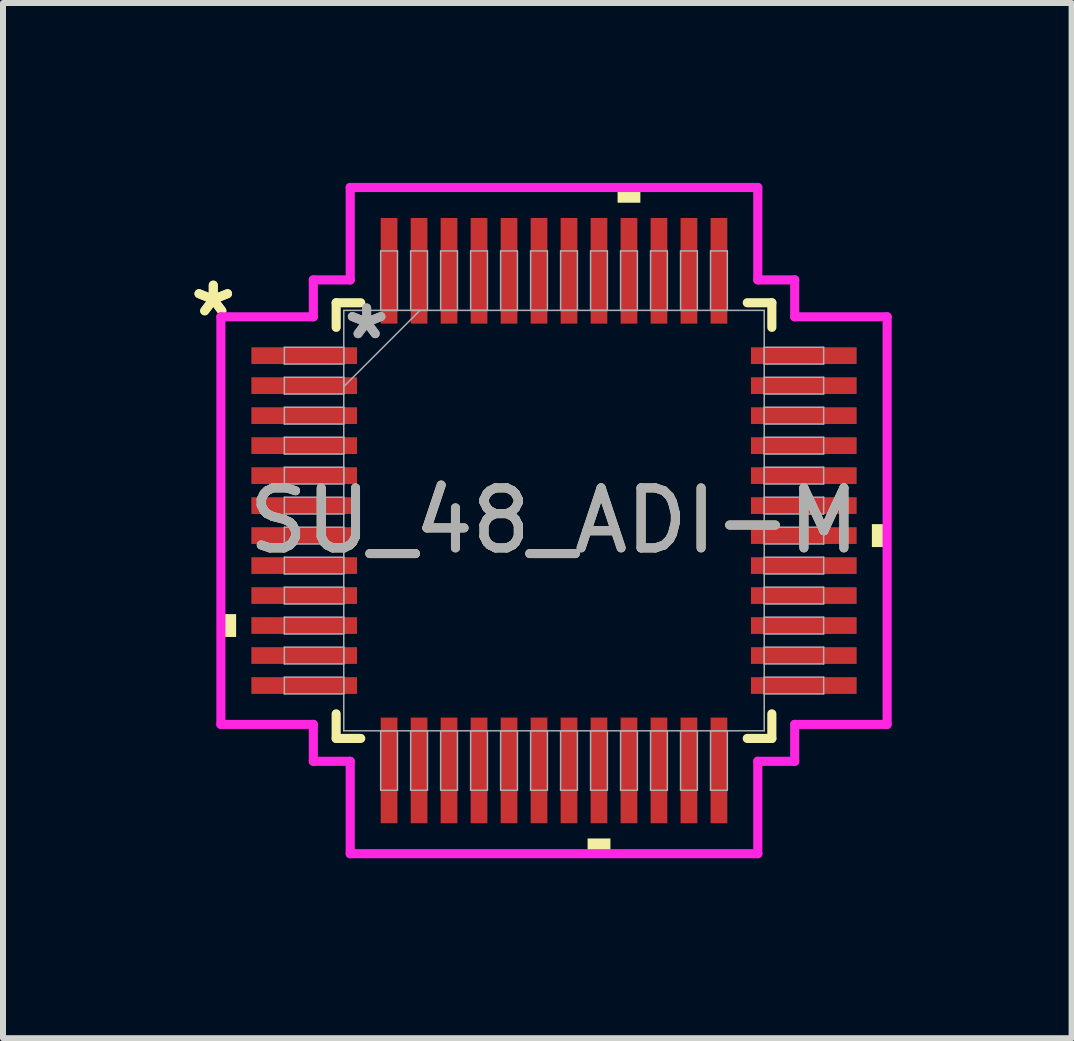
<source format=kicad_pcb>
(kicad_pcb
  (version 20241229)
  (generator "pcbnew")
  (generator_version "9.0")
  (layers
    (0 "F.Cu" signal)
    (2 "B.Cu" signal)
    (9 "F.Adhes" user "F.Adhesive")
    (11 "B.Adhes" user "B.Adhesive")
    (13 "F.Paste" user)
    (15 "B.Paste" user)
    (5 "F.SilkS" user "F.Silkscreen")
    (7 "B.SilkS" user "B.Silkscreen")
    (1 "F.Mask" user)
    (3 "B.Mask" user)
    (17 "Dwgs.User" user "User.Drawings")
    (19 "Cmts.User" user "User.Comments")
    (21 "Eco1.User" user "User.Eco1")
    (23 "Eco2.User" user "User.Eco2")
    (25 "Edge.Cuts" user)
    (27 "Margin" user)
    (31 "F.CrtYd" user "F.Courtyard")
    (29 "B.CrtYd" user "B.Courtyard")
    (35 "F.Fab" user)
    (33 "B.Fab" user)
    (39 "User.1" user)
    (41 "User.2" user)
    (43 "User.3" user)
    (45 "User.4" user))
  (footprint "SU_48_ADI-M"
    (layer "F.Cu")
    (at 6.187 5.63)
    (property "Reference" "SU_48_ADI-M" (at 0 0 0) (unlocked yes) (layer "F.SilkS") (effects (font (size 1 1) (thickness 0.15))))
    (attr smd)
    (fp_line (start -3.632 -3.632) (end -3.632 -3.222) (stroke (width 0.152) (type solid)) (layer "F.SilkS"))
    (fp_line (start -3.632 3.222) (end -3.632 3.632) (stroke (width 0.152) (type solid)) (layer "F.SilkS"))
    (fp_line (start -3.632 3.632) (end -3.222 3.632) (stroke (width 0.152) (type solid)) (layer "F.SilkS"))
    (fp_line (start -3.222 -3.632) (end -3.632 -3.632) (stroke (width 0.152) (type solid)) (layer "F.SilkS"))
    (fp_line (start 3.222 3.632) (end 3.632 3.632) (stroke (width 0.152) (type solid)) (layer "F.SilkS"))
    (fp_line (start 3.632 -3.632) (end 3.222 -3.632) (stroke (width 0.152) (type solid)) (layer "F.SilkS"))
    (fp_line (start 3.632 -3.222) (end 3.632 -3.632) (stroke (width 0.152) (type solid)) (layer "F.SilkS"))
    (fp_line (start 3.632 3.632) (end 3.632 3.222) (stroke (width 0.152) (type solid)) (layer "F.SilkS"))
    (fp_poly (pts (xy -5.554 1.559) (xy -5.554 1.94) (xy -5.3 1.94) (xy -5.3 1.559)) (stroke (width 0) (type solid)) (fill yes) (layer "F.SilkS"))
    (fp_poly (pts (xy 0.56 5.3) (xy 0.56 5.554) (xy 0.941 5.554) (xy 0.941 5.3)) (stroke (width 0) (type solid)) (fill yes) (layer "F.SilkS"))
    (fp_poly (pts (xy 1.06 -5.3) (xy 1.06 -5.554) (xy 1.44 -5.554) (xy 1.44 -5.3)) (stroke (width 0) (type solid)) (fill yes) (layer "F.SilkS"))
    (fp_poly (pts (xy 5.554 0.059) (xy 5.554 0.441) (xy 5.3 0.441) (xy 5.3 0.059)) (stroke (width 0) (type solid)) (fill yes) (layer "F.SilkS"))
    (fp_line (start -5.554 -3.398) (end -4.013 -3.398) (stroke (width 0.152) (type solid)) (layer "F.CrtYd"))
    (fp_line (start -5.554 3.398) (end -5.554 -3.398) (stroke (width 0.152) (type solid)) (layer "F.CrtYd"))
    (fp_line (start -4.013 -4.013) (end -3.398 -4.013) (stroke (width 0.152) (type solid)) (layer "F.CrtYd"))
    (fp_line (start -4.013 -3.398) (end -4.013 -4.013) (stroke (width 0.152) (type solid)) (layer "F.CrtYd"))
    (fp_line (start -4.013 3.398) (end -5.554 3.398) (stroke (width 0.152) (type solid)) (layer "F.CrtYd"))
    (fp_line (start -4.013 4.013) (end -4.013 3.398) (stroke (width 0.152) (type solid)) (layer "F.CrtYd"))
    (fp_line (start -4.013 4.013) (end -3.398 4.013) (stroke (width 0.152) (type solid)) (layer "F.CrtYd"))
    (fp_line (start -3.398 -5.554) (end 3.398 -5.554) (stroke (width 0.152) (type solid)) (layer "F.CrtYd"))
    (fp_line (start -3.398 -4.013) (end -3.398 -5.554) (stroke (width 0.152) (type solid)) (layer "F.CrtYd"))
    (fp_line (start -3.398 4.013) (end -3.398 5.554) (stroke (width 0.152) (type solid)) (layer "F.CrtYd"))
    (fp_line (start -3.398 5.554) (end 3.398 5.554) (stroke (width 0.152) (type solid)) (layer "F.CrtYd"))
    (fp_line (start 3.398 -5.554) (end 3.398 -4.013) (stroke (width 0.152) (type solid)) (layer "F.CrtYd"))
    (fp_line (start 3.398 -4.013) (end 4.013 -4.013) (stroke (width 0.152) (type solid)) (layer "F.CrtYd"))
    (fp_line (start 3.398 4.013) (end 4.013 4.013) (stroke (width 0.152) (type solid)) (layer "F.CrtYd"))
    (fp_line (start 3.398 5.554) (end 3.398 4.013) (stroke (width 0.152) (type solid)) (layer "F.CrtYd"))
    (fp_line (start 4.013 -3.398) (end 4.013 -4.013) (stroke (width 0.152) (type solid)) (layer "F.CrtYd"))
    (fp_line (start 4.013 3.398) (end 5.554 3.398) (stroke (width 0.152) (type solid)) (layer "F.CrtYd"))
    (fp_line (start 4.013 4.013) (end 4.013 3.398) (stroke (width 0.152) (type solid)) (layer "F.CrtYd"))
    (fp_line (start 5.554 -3.398) (end 4.013 -3.398) (stroke (width 0.152) (type solid)) (layer "F.CrtYd"))
    (fp_line (start 5.554 3.398) (end 5.554 -3.398) (stroke (width 0.152) (type solid)) (layer "F.CrtYd"))
    (fp_line (start -4.496 -2.89) (end -4.496 -2.61) (stroke (width 0.025) (type solid)) (layer "F.Fab"))
    (fp_line (start -4.496 -2.61) (end -3.505 -2.61) (stroke (width 0.025) (type solid)) (layer "F.Fab"))
    (fp_line (start -4.496 -2.39) (end -4.496 -2.11) (stroke (width 0.025) (type solid)) (layer "F.Fab"))
    (fp_line (start -4.496 -2.11) (end -3.505 -2.11) (stroke (width 0.025) (type solid)) (layer "F.Fab"))
    (fp_line (start -4.496 -1.89) (end -4.496 -1.61) (stroke (width 0.025) (type solid)) (layer "F.Fab"))
    (fp_line (start -4.496 -1.61) (end -3.505 -1.61) (stroke (width 0.025) (type solid)) (layer "F.Fab"))
    (fp_line (start -4.496 -1.39) (end -4.496 -1.11) (stroke (width 0.025) (type solid)) (layer "F.Fab"))
    (fp_line (start -4.496 -1.11) (end -3.505 -1.11) (stroke (width 0.025) (type solid)) (layer "F.Fab"))
    (fp_line (start -4.496 -0.89) (end -4.496 -0.61) (stroke (width 0.025) (type solid)) (layer "F.Fab"))
    (fp_line (start -4.496 -0.61) (end -3.505 -0.61) (stroke (width 0.025) (type solid)) (layer "F.Fab"))
    (fp_line (start -4.496 -0.39) (end -4.496 -0.11) (stroke (width 0.025) (type solid)) (layer "F.Fab"))
    (fp_line (start -4.496 -0.11) (end -3.505 -0.11) (stroke (width 0.025) (type solid)) (layer "F.Fab"))
    (fp_line (start -4.496 0.11) (end -4.496 0.39) (stroke (width 0.025) (type solid)) (layer "F.Fab"))
    (fp_line (start -4.496 0.39) (end -3.505 0.39) (stroke (width 0.025) (type solid)) (layer "F.Fab"))
    (fp_line (start -4.496 0.61) (end -4.496 0.89) (stroke (width 0.025) (type solid)) (layer "F.Fab"))
    (fp_line (start -4.496 0.89) (end -3.505 0.89) (stroke (width 0.025) (type solid)) (layer "F.Fab"))
    (fp_line (start -4.496 1.11) (end -4.496 1.39) (stroke (width 0.025) (type solid)) (layer "F.Fab"))
    (fp_line (start -4.496 1.39) (end -3.505 1.39) (stroke (width 0.025) (type solid)) (layer "F.Fab"))
    (fp_line (start -4.496 1.61) (end -4.496 1.89) (stroke (width 0.025) (type solid)) (layer "F.Fab"))
    (fp_line (start -4.496 1.89) (end -3.505 1.89) (stroke (width 0.025) (type solid)) (layer "F.Fab"))
    (fp_line (start -4.496 2.11) (end -4.496 2.39) (stroke (width 0.025) (type solid)) (layer "F.Fab"))
    (fp_line (start -4.496 2.39) (end -3.505 2.39) (stroke (width 0.025) (type solid)) (layer "F.Fab"))
    (fp_line (start -4.496 2.61) (end -4.496 2.89) (stroke (width 0.025) (type solid)) (layer "F.Fab"))
    (fp_line (start -4.496 2.89) (end -3.505 2.89) (stroke (width 0.025) (type solid)) (layer "F.Fab"))
    (fp_line (start -3.505 -3.505) (end -3.505 3.505) (stroke (width 0.025) (type solid)) (layer "F.Fab"))
    (fp_line (start -3.505 -2.89) (end -4.496 -2.89) (stroke (width 0.025) (type solid)) (layer "F.Fab"))
    (fp_line (start -3.505 -2.61) (end -3.505 -2.89) (stroke (width 0.025) (type solid)) (layer "F.Fab"))
    (fp_line (start -3.505 -2.39) (end -4.496 -2.39) (stroke (width 0.025) (type solid)) (layer "F.Fab"))
    (fp_line (start -3.505 -2.235) (end -2.235 -3.505) (stroke (width 0.025) (type solid)) (layer "F.Fab"))
    (fp_line (start -3.505 -2.11) (end -3.505 -2.39) (stroke (width 0.025) (type solid)) (layer "F.Fab"))
    (fp_line (start -3.505 -1.89) (end -4.496 -1.89) (stroke (width 0.025) (type solid)) (layer "F.Fab"))
    (fp_line (start -3.505 -1.61) (end -3.505 -1.89) (stroke (width 0.025) (type solid)) (layer "F.Fab"))
    (fp_line (start -3.505 -1.39) (end -4.496 -1.39) (stroke (width 0.025) (type solid)) (layer "F.Fab"))
    (fp_line (start -3.505 -1.11) (end -3.505 -1.39) (stroke (width 0.025) (type solid)) (layer "F.Fab"))
    (fp_line (start -3.505 -0.89) (end -4.496 -0.89) (stroke (width 0.025) (type solid)) (layer "F.Fab"))
    (fp_line (start -3.505 -0.61) (end -3.505 -0.89) (stroke (width 0.025) (type solid)) (layer "F.Fab"))
    (fp_line (start -3.505 -0.39) (end -4.496 -0.39) (stroke (width 0.025) (type solid)) (layer "F.Fab"))
    (fp_line (start -3.505 -0.11) (end -3.505 -0.39) (stroke (width 0.025) (type solid)) (layer "F.Fab"))
    (fp_line (start -3.505 0.11) (end -4.496 0.11) (stroke (width 0.025) (type solid)) (layer "F.Fab"))
    (fp_line (start -3.505 0.39) (end -3.505 0.11) (stroke (width 0.025) (type solid)) (layer "F.Fab"))
    (fp_line (start -3.505 0.61) (end -4.496 0.61) (stroke (width 0.025) (type solid)) (layer "F.Fab"))
    (fp_line (start -3.505 0.89) (end -3.505 0.61) (stroke (width 0.025) (type solid)) (layer "F.Fab"))
    (fp_line (start -3.505 1.11) (end -4.496 1.11) (stroke (width 0.025) (type solid)) (layer "F.Fab"))
    (fp_line (start -3.505 1.39) (end -3.505 1.11) (stroke (width 0.025) (type solid)) (layer "F.Fab"))
    (fp_line (start -3.505 1.61) (end -4.496 1.61) (stroke (width 0.025) (type solid)) (layer "F.Fab"))
    (fp_line (start -3.505 1.89) (end -3.505 1.61) (stroke (width 0.025) (type solid)) (layer "F.Fab"))
    (fp_line (start -3.505 2.11) (end -4.496 2.11) (stroke (width 0.025) (type solid)) (layer "F.Fab"))
    (fp_line (start -3.505 2.39) (end -3.505 2.11) (stroke (width 0.025) (type solid)) (layer "F.Fab"))
    (fp_line (start -3.505 2.61) (end -4.496 2.61) (stroke (width 0.025) (type solid)) (layer "F.Fab"))
    (fp_line (start -3.505 2.89) (end -3.505 2.61) (stroke (width 0.025) (type solid)) (layer "F.Fab"))
    (fp_line (start -3.505 3.505) (end 3.505 3.505) (stroke (width 0.025) (type solid)) (layer "F.Fab"))
    (fp_line (start -2.89 -4.496) (end -2.89 -3.505) (stroke (width 0.025) (type solid)) (layer "F.Fab"))
    (fp_line (start -2.89 -3.505) (end -2.61 -3.505) (stroke (width 0.025) (type solid)) (layer "F.Fab"))
    (fp_line (start -2.89 3.505) (end -2.89 4.496) (stroke (width 0.025) (type solid)) (layer "F.Fab"))
    (fp_line (start -2.89 4.496) (end -2.61 4.496) (stroke (width 0.025) (type solid)) (layer "F.Fab"))
    (fp_line (start -2.61 -4.496) (end -2.89 -4.496) (stroke (width 0.025) (type solid)) (layer "F.Fab"))
    (fp_line (start -2.61 -3.505) (end -2.61 -4.496) (stroke (width 0.025) (type solid)) (layer "F.Fab"))
    (fp_line (start -2.61 3.505) (end -2.89 3.505) (stroke (width 0.025) (type solid)) (layer "F.Fab"))
    (fp_line (start -2.61 4.496) (end -2.61 3.505) (stroke (width 0.025) (type solid)) (layer "F.Fab"))
    (fp_line (start -2.39 -4.496) (end -2.39 -3.505) (stroke (width 0.025) (type solid)) (layer "F.Fab"))
    (fp_line (start -2.39 -3.505) (end -2.11 -3.505) (stroke (width 0.025) (type solid)) (layer "F.Fab"))
    (fp_line (start -2.39 3.505) (end -2.39 4.496) (stroke (width 0.025) (type solid)) (layer "F.Fab"))
    (fp_line (start -2.39 4.496) (end -2.11 4.496) (stroke (width 0.025) (type solid)) (layer "F.Fab"))
    (fp_line (start -2.11 -4.496) (end -2.39 -4.496) (stroke (width 0.025) (type solid)) (layer "F.Fab"))
    (fp_line (start -2.11 -3.505) (end -2.11 -4.496) (stroke (width 0.025) (type solid)) (layer "F.Fab"))
    (fp_line (start -2.11 3.505) (end -2.39 3.505) (stroke (width 0.025) (type solid)) (layer "F.Fab"))
    (fp_line (start -2.11 4.496) (end -2.11 3.505) (stroke (width 0.025) (type solid)) (layer "F.Fab"))
    (fp_line (start -1.89 -4.496) (end -1.89 -3.505) (stroke (width 0.025) (type solid)) (layer "F.Fab"))
    (fp_line (start -1.89 -3.505) (end -1.61 -3.505) (stroke (width 0.025) (type solid)) (layer "F.Fab"))
    (fp_line (start -1.89 3.505) (end -1.89 4.496) (stroke (width 0.025) (type solid)) (layer "F.Fab"))
    (fp_line (start -1.89 4.496) (end -1.61 4.496) (stroke (width 0.025) (type solid)) (layer "F.Fab"))
    (fp_line (start -1.61 -4.496) (end -1.89 -4.496) (stroke (width 0.025) (type solid)) (layer "F.Fab"))
    (fp_line (start -1.61 -3.505) (end -1.61 -4.496) (stroke (width 0.025) (type solid)) (layer "F.Fab"))
    (fp_line (start -1.61 3.505) (end -1.89 3.505) (stroke (width 0.025) (type solid)) (layer "F.Fab"))
    (fp_line (start -1.61 4.496) (end -1.61 3.505) (stroke (width 0.025) (type solid)) (layer "F.Fab"))
    (fp_line (start -1.39 -4.496) (end -1.39 -3.505) (stroke (width 0.025) (type solid)) (layer "F.Fab"))
    (fp_line (start -1.39 -3.505) (end -1.11 -3.505) (stroke (width 0.025) (type solid)) (layer "F.Fab"))
    (fp_line (start -1.39 3.505) (end -1.39 4.496) (stroke (width 0.025) (type solid)) (layer "F.Fab"))
    (fp_line (start -1.39 4.496) (end -1.11 4.496) (stroke (width 0.025) (type solid)) (layer "F.Fab"))
    (fp_line (start -1.11 -4.496) (end -1.39 -4.496) (stroke (width 0.025) (type solid)) (layer "F.Fab"))
    (fp_line (start -1.11 -3.505) (end -1.11 -4.496) (stroke (width 0.025) (type solid)) (layer "F.Fab"))
    (fp_line (start -1.11 3.505) (end -1.39 3.505) (stroke (width 0.025) (type solid)) (layer "F.Fab"))
    (fp_line (start -1.11 4.496) (end -1.11 3.505) (stroke (width 0.025) (type solid)) (layer "F.Fab"))
    (fp_line (start -0.89 -4.496) (end -0.89 -3.505) (stroke (width 0.025) (type solid)) (layer "F.Fab"))
    (fp_line (start -0.89 -3.505) (end -0.61 -3.505) (stroke (width 0.025) (type solid)) (layer "F.Fab"))
    (fp_line (start -0.89 3.505) (end -0.89 4.496) (stroke (width 0.025) (type solid)) (layer "F.Fab"))
    (fp_line (start -0.89 4.496) (end -0.61 4.496) (stroke (width 0.025) (type solid)) (layer "F.Fab"))
    (fp_line (start -0.61 -4.496) (end -0.89 -4.496) (stroke (width 0.025) (type solid)) (layer "F.Fab"))
    (fp_line (start -0.61 -3.505) (end -0.61 -4.496) (stroke (width 0.025) (type solid)) (layer "F.Fab"))
    (fp_line (start -0.61 3.505) (end -0.89 3.505) (stroke (width 0.025) (type solid)) (layer "F.Fab"))
    (fp_line (start -0.61 4.496) (end -0.61 3.505) (stroke (width 0.025) (type solid)) (layer "F.Fab"))
    (fp_line (start -0.39 -4.496) (end -0.39 -3.505) (stroke (width 0.025) (type solid)) (layer "F.Fab"))
    (fp_line (start -0.39 -3.505) (end -0.11 -3.505) (stroke (width 0.025) (type solid)) (layer "F.Fab"))
    (fp_line (start -0.39 3.505) (end -0.39 4.496) (stroke (width 0.025) (type solid)) (layer "F.Fab"))
    (fp_line (start -0.39 4.496) (end -0.11 4.496) (stroke (width 0.025) (type solid)) (layer "F.Fab"))
    (fp_line (start -0.11 -4.496) (end -0.39 -4.496) (stroke (width 0.025) (type solid)) (layer "F.Fab"))
    (fp_line (start -0.11 -3.505) (end -0.11 -4.496) (stroke (width 0.025) (type solid)) (layer "F.Fab"))
    (fp_line (start -0.11 3.505) (end -0.39 3.505) (stroke (width 0.025) (type solid)) (layer "F.Fab"))
    (fp_line (start -0.11 4.496) (end -0.11 3.505) (stroke (width 0.025) (type solid)) (layer "F.Fab"))
    (fp_line (start 0.11 -4.496) (end 0.11 -3.505) (stroke (width 0.025) (type solid)) (layer "F.Fab"))
    (fp_line (start 0.11 -3.505) (end 0.39 -3.505) (stroke (width 0.025) (type solid)) (layer "F.Fab"))
    (fp_line (start 0.11 3.505) (end 0.11 4.496) (stroke (width 0.025) (type solid)) (layer "F.Fab"))
    (fp_line (start 0.11 4.496) (end 0.39 4.496) (stroke (width 0.025) (type solid)) (layer "F.Fab"))
    (fp_line (start 0.39 -4.496) (end 0.11 -4.496) (stroke (width 0.025) (type solid)) (layer "F.Fab"))
    (fp_line (start 0.39 -3.505) (end 0.39 -4.496) (stroke (width 0.025) (type solid)) (layer "F.Fab"))
    (fp_line (start 0.39 3.505) (end 0.11 3.505) (stroke (width 0.025) (type solid)) (layer "F.Fab"))
    (fp_line (start 0.39 4.496) (end 0.39 3.505) (stroke (width 0.025) (type solid)) (layer "F.Fab"))
    (fp_line (start 0.61 -4.496) (end 0.61 -3.505) (stroke (width 0.025) (type solid)) (layer "F.Fab"))
    (fp_line (start 0.61 -3.505) (end 0.89 -3.505) (stroke (width 0.025) (type solid)) (layer "F.Fab"))
    (fp_line (start 0.61 3.505) (end 0.61 4.496) (stroke (width 0.025) (type solid)) (layer "F.Fab"))
    (fp_line (start 0.61 4.496) (end 0.89 4.496) (stroke (width 0.025) (type solid)) (layer "F.Fab"))
    (fp_line (start 0.89 -4.496) (end 0.61 -4.496) (stroke (width 0.025) (type solid)) (layer "F.Fab"))
    (fp_line (start 0.89 -3.505) (end 0.89 -4.496) (stroke (width 0.025) (type solid)) (layer "F.Fab"))
    (fp_line (start 0.89 3.505) (end 0.61 3.505) (stroke (width 0.025) (type solid)) (layer "F.Fab"))
    (fp_line (start 0.89 4.496) (end 0.89 3.505) (stroke (width 0.025) (type solid)) (layer "F.Fab"))
    (fp_line (start 1.11 -4.496) (end 1.11 -3.505) (stroke (width 0.025) (type solid)) (layer "F.Fab"))
    (fp_line (start 1.11 -3.505) (end 1.39 -3.505) (stroke (width 0.025) (type solid)) (layer "F.Fab"))
    (fp_line (start 1.11 3.505) (end 1.11 4.496) (stroke (width 0.025) (type solid)) (layer "F.Fab"))
    (fp_line (start 1.11 4.496) (end 1.39 4.496) (stroke (width 0.025) (type solid)) (layer "F.Fab"))
    (fp_line (start 1.39 -4.496) (end 1.11 -4.496) (stroke (width 0.025) (type solid)) (layer "F.Fab"))
    (fp_line (start 1.39 -3.505) (end 1.39 -4.496) (stroke (width 0.025) (type solid)) (layer "F.Fab"))
    (fp_line (start 1.39 3.505) (end 1.11 3.505) (stroke (width 0.025) (type solid)) (layer "F.Fab"))
    (fp_line (start 1.39 4.496) (end 1.39 3.505) (stroke (width 0.025) (type solid)) (layer "F.Fab"))
    (fp_line (start 1.61 -4.496) (end 1.61 -3.505) (stroke (width 0.025) (type solid)) (layer "F.Fab"))
    (fp_line (start 1.61 -3.505) (end 1.89 -3.505) (stroke (width 0.025) (type solid)) (layer "F.Fab"))
    (fp_line (start 1.61 3.505) (end 1.61 4.496) (stroke (width 0.025) (type solid)) (layer "F.Fab"))
    (fp_line (start 1.61 4.496) (end 1.89 4.496) (stroke (width 0.025) (type solid)) (layer "F.Fab"))
    (fp_line (start 1.89 -4.496) (end 1.61 -4.496) (stroke (width 0.025) (type solid)) (layer "F.Fab"))
    (fp_line (start 1.89 -3.505) (end 1.89 -4.496) (stroke (width 0.025) (type solid)) (layer "F.Fab"))
    (fp_line (start 1.89 3.505) (end 1.61 3.505) (stroke (width 0.025) (type solid)) (layer "F.Fab"))
    (fp_line (start 1.89 4.496) (end 1.89 3.505) (stroke (width 0.025) (type solid)) (layer "F.Fab"))
    (fp_line (start 2.11 -4.496) (end 2.11 -3.505) (stroke (width 0.025) (type solid)) (layer "F.Fab"))
    (fp_line (start 2.11 -3.505) (end 2.39 -3.505) (stroke (width 0.025) (type solid)) (layer "F.Fab"))
    (fp_line (start 2.11 3.505) (end 2.11 4.496) (stroke (width 0.025) (type solid)) (layer "F.Fab"))
    (fp_line (start 2.11 4.496) (end 2.39 4.496) (stroke (width 0.025) (type solid)) (layer "F.Fab"))
    (fp_line (start 2.39 -4.496) (end 2.11 -4.496) (stroke (width 0.025) (type solid)) (layer "F.Fab"))
    (fp_line (start 2.39 -3.505) (end 2.39 -4.496) (stroke (width 0.025) (type solid)) (layer "F.Fab"))
    (fp_line (start 2.39 3.505) (end 2.11 3.505) (stroke (width 0.025) (type solid)) (layer "F.Fab"))
    (fp_line (start 2.39 4.496) (end 2.39 3.505) (stroke (width 0.025) (type solid)) (layer "F.Fab"))
    (fp_line (start 2.61 -4.496) (end 2.61 -3.505) (stroke (width 0.025) (type solid)) (layer "F.Fab"))
    (fp_line (start 2.61 -3.505) (end 2.89 -3.505) (stroke (width 0.025) (type solid)) (layer "F.Fab"))
    (fp_line (start 2.61 3.505) (end 2.61 4.496) (stroke (width 0.025) (type solid)) (layer "F.Fab"))
    (fp_line (start 2.61 4.496) (end 2.89 4.496) (stroke (width 0.025) (type solid)) (layer "F.Fab"))
    (fp_line (start 2.89 -4.496) (end 2.61 -4.496) (stroke (width 0.025) (type solid)) (layer "F.Fab"))
    (fp_line (start 2.89 -3.505) (end 2.89 -4.496) (stroke (width 0.025) (type solid)) (layer "F.Fab"))
    (fp_line (start 2.89 3.505) (end 2.61 3.505) (stroke (width 0.025) (type solid)) (layer "F.Fab"))
    (fp_line (start 2.89 4.496) (end 2.89 3.505) (stroke (width 0.025) (type solid)) (layer "F.Fab"))
    (fp_line (start 3.505 -3.505) (end -3.505 -3.505) (stroke (width 0.025) (type solid)) (layer "F.Fab"))
    (fp_line (start 3.505 -2.89) (end 3.505 -2.61) (stroke (width 0.025) (type solid)) (layer "F.Fab"))
    (fp_line (start 3.505 -2.61) (end 4.496 -2.61) (stroke (width 0.025) (type solid)) (layer "F.Fab"))
    (fp_line (start 3.505 -2.39) (end 3.505 -2.11) (stroke (width 0.025) (type solid)) (layer "F.Fab"))
    (fp_line (start 3.505 -2.11) (end 4.496 -2.11) (stroke (width 0.025) (type solid)) (layer "F.Fab"))
    (fp_line (start 3.505 -1.89) (end 3.505 -1.61) (stroke (width 0.025) (type solid)) (layer "F.Fab"))
    (fp_line (start 3.505 -1.61) (end 4.496 -1.61) (stroke (width 0.025) (type solid)) (layer "F.Fab"))
    (fp_line (start 3.505 -1.39) (end 3.505 -1.11) (stroke (width 0.025) (type solid)) (layer "F.Fab"))
    (fp_line (start 3.505 -1.11) (end 4.496 -1.11) (stroke (width 0.025) (type solid)) (layer "F.Fab"))
    (fp_line (start 3.505 -0.89) (end 3.505 -0.61) (stroke (width 0.025) (type solid)) (layer "F.Fab"))
    (fp_line (start 3.505 -0.61) (end 4.496 -0.61) (stroke (width 0.025) (type solid)) (layer "F.Fab"))
    (fp_line (start 3.505 -0.39) (end 3.505 -0.11) (stroke (width 0.025) (type solid)) (layer "F.Fab"))
    (fp_line (start 3.505 -0.11) (end 4.496 -0.11) (stroke (width 0.025) (type solid)) (layer "F.Fab"))
    (fp_line (start 3.505 0.11) (end 3.505 0.39) (stroke (width 0.025) (type solid)) (layer "F.Fab"))
    (fp_line (start 3.505 0.39) (end 4.496 0.39) (stroke (width 0.025) (type solid)) (layer "F.Fab"))
    (fp_line (start 3.505 0.61) (end 3.505 0.89) (stroke (width 0.025) (type solid)) (layer "F.Fab"))
    (fp_line (start 3.505 0.89) (end 4.496 0.89) (stroke (width 0.025) (type solid)) (layer "F.Fab"))
    (fp_line (start 3.505 1.11) (end 3.505 1.39) (stroke (width 0.025) (type solid)) (layer "F.Fab"))
    (fp_line (start 3.505 1.39) (end 4.496 1.39) (stroke (width 0.025) (type solid)) (layer "F.Fab"))
    (fp_line (start 3.505 1.61) (end 3.505 1.89) (stroke (width 0.025) (type solid)) (layer "F.Fab"))
    (fp_line (start 3.505 1.89) (end 4.496 1.89) (stroke (width 0.025) (type solid)) (layer "F.Fab"))
    (fp_line (start 3.505 2.11) (end 3.505 2.39) (stroke (width 0.025) (type solid)) (layer "F.Fab"))
    (fp_line (start 3.505 2.39) (end 4.496 2.39) (stroke (width 0.025) (type solid)) (layer "F.Fab"))
    (fp_line (start 3.505 2.61) (end 3.505 2.89) (stroke (width 0.025) (type solid)) (layer "F.Fab"))
    (fp_line (start 3.505 2.89) (end 4.496 2.89) (stroke (width 0.025) (type solid)) (layer "F.Fab"))
    (fp_line (start 3.505 3.505) (end 3.505 -3.505) (stroke (width 0.025) (type solid)) (layer "F.Fab"))
    (fp_line (start 4.496 -2.89) (end 3.505 -2.89) (stroke (width 0.025) (type solid)) (layer "F.Fab"))
    (fp_line (start 4.496 -2.61) (end 4.496 -2.89) (stroke (width 0.025) (type solid)) (layer "F.Fab"))
    (fp_line (start 4.496 -2.39) (end 3.505 -2.39) (stroke (width 0.025) (type solid)) (layer "F.Fab"))
    (fp_line (start 4.496 -2.11) (end 4.496 -2.39) (stroke (width 0.025) (type solid)) (layer "F.Fab"))
    (fp_line (start 4.496 -1.89) (end 3.505 -1.89) (stroke (width 0.025) (type solid)) (layer "F.Fab"))
    (fp_line (start 4.496 -1.61) (end 4.496 -1.89) (stroke (width 0.025) (type solid)) (layer "F.Fab"))
    (fp_line (start 4.496 -1.39) (end 3.505 -1.39) (stroke (width 0.025) (type solid)) (layer "F.Fab"))
    (fp_line (start 4.496 -1.11) (end 4.496 -1.39) (stroke (width 0.025) (type solid)) (layer "F.Fab"))
    (fp_line (start 4.496 -0.89) (end 3.505 -0.89) (stroke (width 0.025) (type solid)) (layer "F.Fab"))
    (fp_line (start 4.496 -0.61) (end 4.496 -0.89) (stroke (width 0.025) (type solid)) (layer "F.Fab"))
    (fp_line (start 4.496 -0.39) (end 3.505 -0.39) (stroke (width 0.025) (type solid)) (layer "F.Fab"))
    (fp_line (start 4.496 -0.11) (end 4.496 -0.39) (stroke (width 0.025) (type solid)) (layer "F.Fab"))
    (fp_line (start 4.496 0.11) (end 3.505 0.11) (stroke (width 0.025) (type solid)) (layer "F.Fab"))
    (fp_line (start 4.496 0.39) (end 4.496 0.11) (stroke (width 0.025) (type solid)) (layer "F.Fab"))
    (fp_line (start 4.496 0.61) (end 3.505 0.61) (stroke (width 0.025) (type solid)) (layer "F.Fab"))
    (fp_line (start 4.496 0.89) (end 4.496 0.61) (stroke (width 0.025) (type solid)) (layer "F.Fab"))
    (fp_line (start 4.496 1.11) (end 3.505 1.11) (stroke (width 0.025) (type solid)) (layer "F.Fab"))
    (fp_line (start 4.496 1.39) (end 4.496 1.11) (stroke (width 0.025) (type solid)) (layer "F.Fab"))
    (fp_line (start 4.496 1.61) (end 3.505 1.61) (stroke (width 0.025) (type solid)) (layer "F.Fab"))
    (fp_line (start 4.496 1.89) (end 4.496 1.61) (stroke (width 0.025) (type solid)) (layer "F.Fab"))
    (fp_line (start 4.496 2.11) (end 3.505 2.11) (stroke (width 0.025) (type solid)) (layer "F.Fab"))
    (fp_line (start 4.496 2.39) (end 4.496 2.11) (stroke (width 0.025) (type solid)) (layer "F.Fab"))
    (fp_line (start 4.496 2.61) (end 3.505 2.61) (stroke (width 0.025) (type solid)) (layer "F.Fab"))
    (fp_line (start 4.496 2.89) (end 4.496 2.61) (stroke (width 0.025) (type solid)) (layer "F.Fab"))
    (fp_text user "*" (at -5.681 -3.381 0) (unlocked yes) (layer "F.SilkS") (effects (font (size 1 1) (thickness 0.15))))
    (fp_text user "*" (at -5.681 -3.381 0) (layer "F.SilkS") (effects (font (size 1 1) (thickness 0.15))))
    (fp_text user "*" (at -3.124 -3 0) (unlocked yes) (layer "F.Fab") (effects (font (size 1 1) (thickness 0.15))))
    (fp_text user "${REFERENCE}" (at 0 0 0) (unlocked yes) (layer "F.Fab") (effects (font (size 1 1) (thickness 0.15))))
    (fp_text user "*" (at -3.124 -3 0) (layer "F.Fab") (effects (font (size 1 1) (thickness 0.15))))
    (pad "1" smd rect (at -4.165 -2.75 90) (size 0.279 1.762) (layers "F.Cu" "F.Mask" "F.Paste"))
    (pad "2" smd rect (at -4.165 -2.25 90) (size 0.279 1.762) (layers "F.Cu" "F.Mask" "F.Paste"))
    (pad "3" smd rect (at -4.165 -1.75 90) (size 0.279 1.762) (layers "F.Cu" "F.Mask" "F.Paste"))
    (pad "4" smd rect (at -4.165 -1.25 90) (size 0.279 1.762) (layers "F.Cu" "F.Mask" "F.Paste"))
    (pad "5" smd rect (at -4.165 -0.75 90) (size 0.279 1.762) (layers "F.Cu" "F.Mask" "F.Paste"))
    (pad "6" smd rect (at -4.165 -0.25 90) (size 0.279 1.762) (layers "F.Cu" "F.Mask" "F.Paste"))
    (pad "7" smd rect (at -4.165 0.25 90) (size 0.279 1.762) (layers "F.Cu" "F.Mask" "F.Paste"))
    (pad "8" smd rect (at -4.165 0.75 90) (size 0.279 1.762) (layers "F.Cu" "F.Mask" "F.Paste"))
    (pad "9" smd rect (at -4.165 1.25 90) (size 0.279 1.762) (layers "F.Cu" "F.Mask" "F.Paste"))
    (pad "10" smd rect (at -4.165 1.75 90) (size 0.279 1.762) (layers "F.Cu" "F.Mask" "F.Paste"))
    (pad "11" smd rect (at -4.165 2.25 90) (size 0.279 1.762) (layers "F.Cu" "F.Mask" "F.Paste"))
    (pad "12" smd rect (at -4.165 2.75 90) (size 0.279 1.762) (layers "F.Cu" "F.Mask" "F.Paste"))
    (pad "13" smd rect (at -2.75 4.165) (size 0.279 1.762) (layers "F.Cu" "F.Mask" "F.Paste"))
    (pad "14" smd rect (at -2.25 4.165) (size 0.279 1.762) (layers "F.Cu" "F.Mask" "F.Paste"))
    (pad "15" smd rect (at -1.75 4.165) (size 0.279 1.762) (layers "F.Cu" "F.Mask" "F.Paste"))
    (pad "16" smd rect (at -1.25 4.165) (size 0.279 1.762) (layers "F.Cu" "F.Mask" "F.Paste"))
    (pad "17" smd rect (at -0.75 4.165) (size 0.279 1.762) (layers "F.Cu" "F.Mask" "F.Paste"))
    (pad "18" smd rect (at -0.25 4.165) (size 0.279 1.762) (layers "F.Cu" "F.Mask" "F.Paste"))
    (pad "19" smd rect (at 0.25 4.165) (size 0.279 1.762) (layers "F.Cu" "F.Mask" "F.Paste"))
    (pad "20" smd rect (at 0.75 4.165) (size 0.279 1.762) (layers "F.Cu" "F.Mask" "F.Paste"))
    (pad "21" smd rect (at 1.25 4.165) (size 0.279 1.762) (layers "F.Cu" "F.Mask" "F.Paste"))
    (pad "22" smd rect (at 1.75 4.165) (size 0.279 1.762) (layers "F.Cu" "F.Mask" "F.Paste"))
    (pad "23" smd rect (at 2.25 4.165) (size 0.279 1.762) (layers "F.Cu" "F.Mask" "F.Paste"))
    (pad "24" smd rect (at 2.75 4.165) (size 0.279 1.762) (layers "F.Cu" "F.Mask" "F.Paste"))
    (pad "25" smd rect (at 4.165 2.75 90) (size 0.279 1.762) (layers "F.Cu" "F.Mask" "F.Paste"))
    (pad "26" smd rect (at 4.165 2.25 90) (size 0.279 1.762) (layers "F.Cu" "F.Mask" "F.Paste"))
    (pad "27" smd rect (at 4.165 1.75 90) (size 0.279 1.762) (layers "F.Cu" "F.Mask" "F.Paste"))
    (pad "28" smd rect (at 4.165 1.25 90) (size 0.279 1.762) (layers "F.Cu" "F.Mask" "F.Paste"))
    (pad "29" smd rect (at 4.165 0.75 90) (size 0.279 1.762) (layers "F.Cu" "F.Mask" "F.Paste"))
    (pad "30" smd rect (at 4.165 0.25 90) (size 0.279 1.762) (layers "F.Cu" "F.Mask" "F.Paste"))
    (pad "31" smd rect (at 4.165 -0.25 90) (size 0.279 1.762) (layers "F.Cu" "F.Mask" "F.Paste"))
    (pad "32" smd rect (at 4.165 -0.75 90) (size 0.279 1.762) (layers "F.Cu" "F.Mask" "F.Paste"))
    (pad "33" smd rect (at 4.165 -1.25 90) (size 0.279 1.762) (layers "F.Cu" "F.Mask" "F.Paste"))
    (pad "34" smd rect (at 4.165 -1.75 90) (size 0.279 1.762) (layers "F.Cu" "F.Mask" "F.Paste"))
    (pad "35" smd rect (at 4.165 -2.25 90) (size 0.279 1.762) (layers "F.Cu" "F.Mask" "F.Paste"))
    (pad "36" smd rect (at 4.165 -2.75 90) (size 0.279 1.762) (layers "F.Cu" "F.Mask" "F.Paste"))
    (pad "37" smd rect (at 2.75 -4.165) (size 0.279 1.762) (layers "F.Cu" "F.Mask" "F.Paste"))
    (pad "38" smd rect (at 2.25 -4.165) (size 0.279 1.762) (layers "F.Cu" "F.Mask" "F.Paste"))
    (pad "39" smd rect (at 1.75 -4.165) (size 0.279 1.762) (layers "F.Cu" "F.Mask" "F.Paste"))
    (pad "40" smd rect (at 1.25 -4.165) (size 0.279 1.762) (layers "F.Cu" "F.Mask" "F.Paste"))
    (pad "41" smd rect (at 0.75 -4.165) (size 0.279 1.762) (layers "F.Cu" "F.Mask" "F.Paste"))
    (pad "42" smd rect (at 0.25 -4.165) (size 0.279 1.762) (layers "F.Cu" "F.Mask" "F.Paste"))
    (pad "43" smd rect (at -0.25 -4.165) (size 0.279 1.762) (layers "F.Cu" "F.Mask" "F.Paste"))
    (pad "44" smd rect (at -0.75 -4.165) (size 0.279 1.762) (layers "F.Cu" "F.Mask" "F.Paste"))
    (pad "45" smd rect (at -1.25 -4.165) (size 0.279 1.762) (layers "F.Cu" "F.Mask" "F.Paste"))
    (pad "46" smd rect (at -1.75 -4.165) (size 0.279 1.762) (layers "F.Cu" "F.Mask" "F.Paste"))
    (pad "47" smd rect (at -2.25 -4.165) (size 0.279 1.762) (layers "F.Cu" "F.Mask" "F.Paste"))
    (pad "48" smd rect (at -2.75 -4.165) (size 0.279 1.762) (layers "F.Cu" "F.Mask" "F.Paste")))
  (gr_rect
    (start -3 -3)
    (end 14.817 14.26)
    (stroke (width 0.1) (type default))
    (fill no)
    (layer "Edge.Cuts")))
</source>
